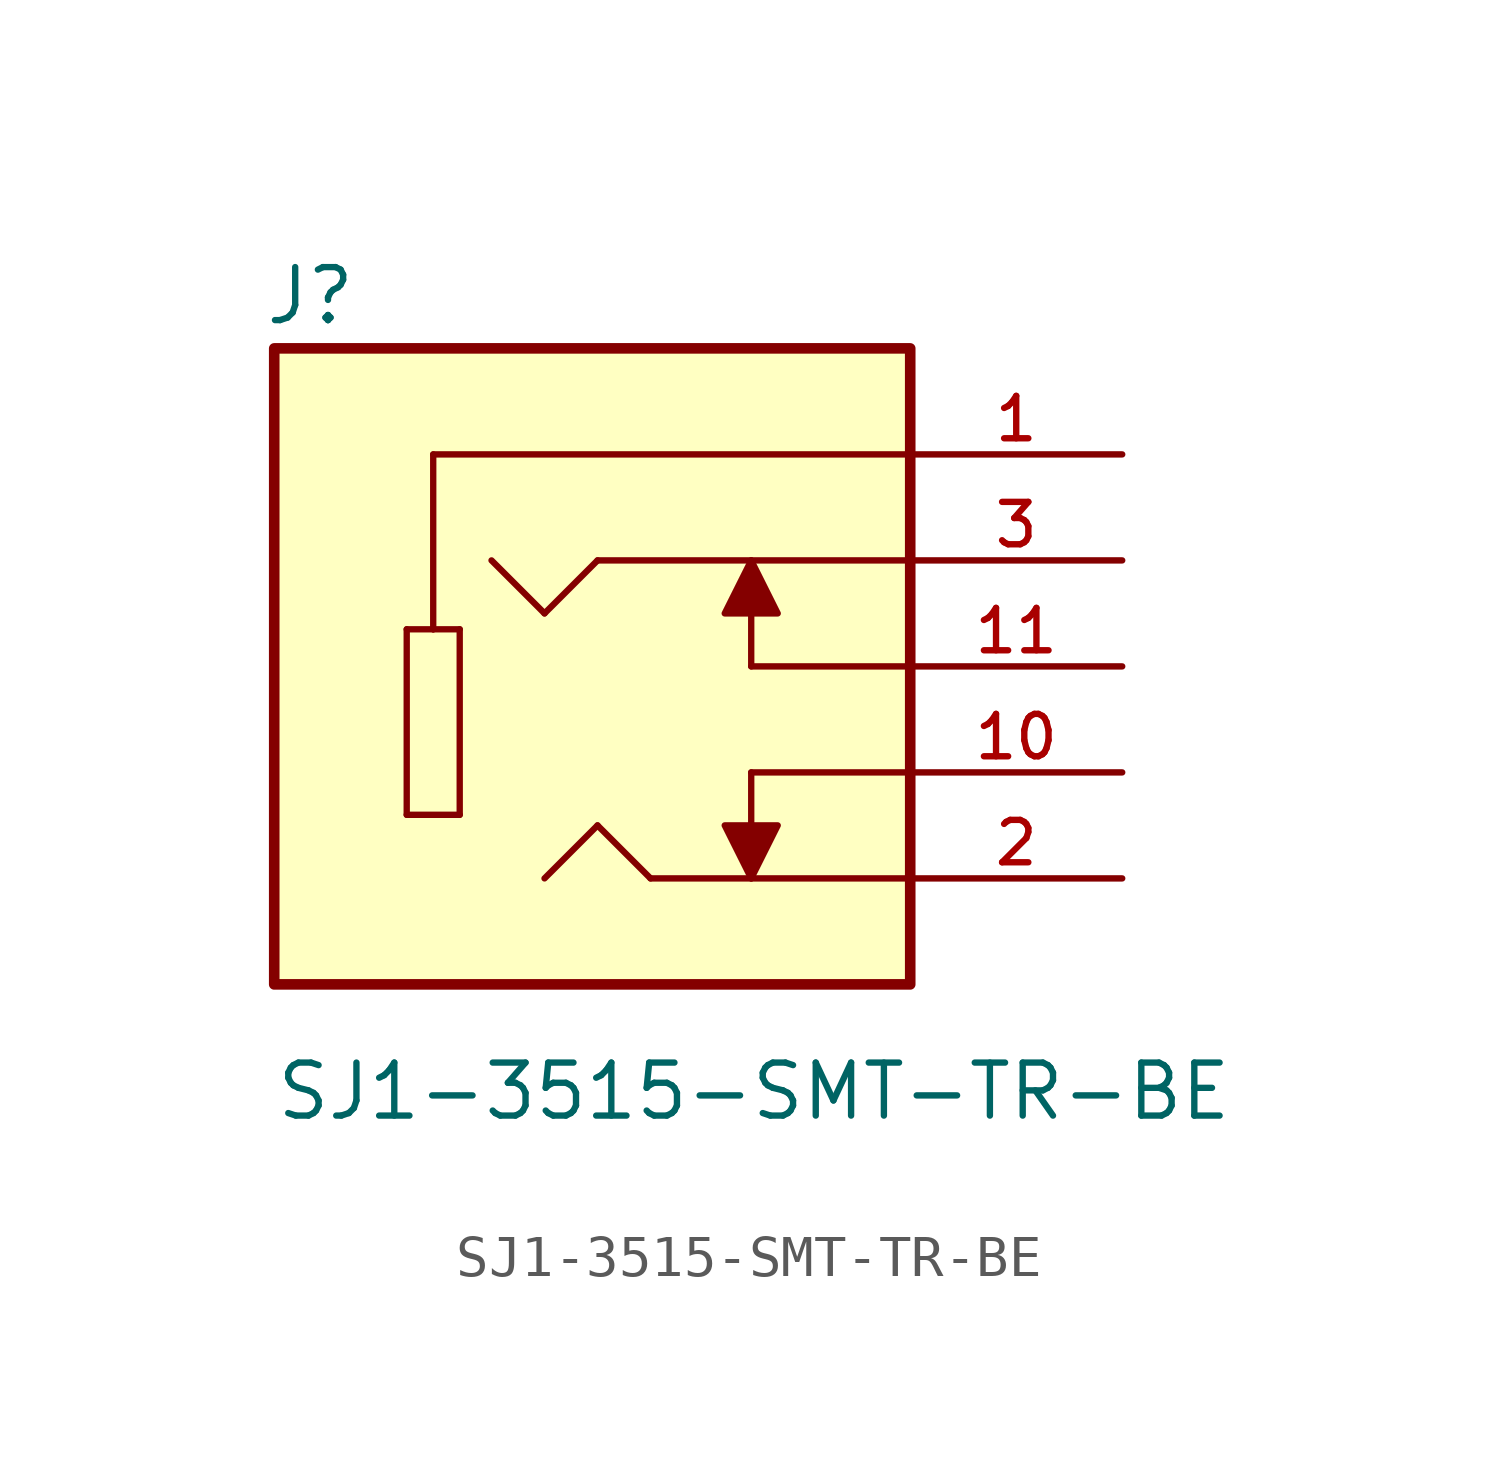
<source format=kicad_sym>
(kicad_symbol_lib
  (version 20211014)
  (generator kicad_symbol_editor)
  (symbol "SJ1-3515-SMT-TR-BE"
    (pin_names
      (offset 1.016))
    (property "Reference" "J"
      (at -7.883 8.135 0)
      (effects (font (size 1.27 1.27)) (justify bottom left)))
    (property "Value" "SJ1-3515-SMT-TR-BE"
      (at -7.625 -10.927 0)
      (effects (font (size 1.27 1.27)) (justify bottom left)))
    (symbol "SJ1-3515-SMT-TR-BE_0_0"
      (polyline (pts (xy 7.62 5.08) (xy -3.81 5.08)) (stroke (width 0.152)))
      (polyline (pts (xy -3.81 5.08) (xy -3.81 0.889)) (stroke (width 0.152)))
      (polyline (pts (xy -3.81 0.889) (xy -3.175 0.889)) (stroke (width 0.152)))
      (polyline (pts (xy -3.175 0.889) (xy -3.175 -3.556)) (stroke (width 0.152)))
      (polyline (pts (xy -3.175 -3.556) (xy -4.445 -3.556)) (stroke (width 0.152)))
      (polyline (pts (xy -4.445 -3.556) (xy -4.445 0.889)) (stroke (width 0.152)))
      (polyline (pts (xy -4.445 0.889) (xy -3.81 0.889)) (stroke (width 0.152)))
      (polyline (pts (xy 7.62 2.54) (xy 0.127 2.54)) (stroke (width 0.152)))
      (polyline (pts (xy 0.127 2.54) (xy -1.143 1.27)) (stroke (width 0.152)))
      (polyline (pts (xy -1.143 1.27) (xy -2.413 2.54)) (stroke (width 0.152)))
      (polyline (pts (xy 7.62 -5.08) (xy 1.397 -5.08)) (stroke (width 0.152)))
      (polyline (pts (xy 1.397 -5.08) (xy 0.127 -3.81)) (stroke (width 0.152)))
      (polyline (pts (xy 0.127 -3.81) (xy -1.143 -5.08)) (stroke (width 0.152)))
      (polyline (pts (xy 7.62 -2.54) (xy 3.81 -2.54)) (stroke (width 0.152)))
      (polyline (pts (xy 3.81 -2.54) (xy 3.81 -5.08)) (stroke (width 0.152)))
      (polyline (pts (xy 3.81 -5.08) (xy 3.175 -3.81) (xy 4.445 -3.81) (xy 3.81 -5.08)) (stroke (width 0.152)) (fill (type outline)))
      (polyline (pts (xy 3.81 2.54) (xy 4.445 1.27) (xy 3.175 1.27) (xy 3.81 2.54)) (stroke (width 0.152)) (fill (type outline)))
      (polyline (pts (xy 3.81 2.54) (xy 3.81 0.0)) (stroke (width 0.152)))
      (polyline (pts (xy 7.62 0.0) (xy 3.81 0.0)) (stroke (width 0.152)))
      (rectangle (start -7.62 -7.62) (end 7.62 7.62) (stroke (width 0.254)) (fill (type background)))
      (pin passive line (at 12.7 5.08 180.0) (length 5.08) (name "~" (effects (font (size 1.016 1.016)))) (number "1" (effects (font (size 1.016 1.016)))))
      (pin passive line (at 12.7 2.54 180.0) (length 5.08) (name "~" (effects (font (size 1.016 1.016)))) (number "3" (effects (font (size 1.016 1.016)))))
      (pin passive line (at 12.7 -5.08 180.0) (length 5.08) (name "~" (effects (font (size 1.016 1.016)))) (number "2" (effects (font (size 1.016 1.016)))))
      (pin passive line (at 12.7 -2.54 180.0) (length 5.08) (name "~" (effects (font (size 1.016 1.016)))) (number "10" (effects (font (size 1.016 1.016)))))
      (pin passive line (at 12.7 0.0 180.0) (length 5.08) (name "~" (effects (font (size 1.016 1.016)))) (number "11" (effects (font (size 1.016 1.016))))))))
</source>
